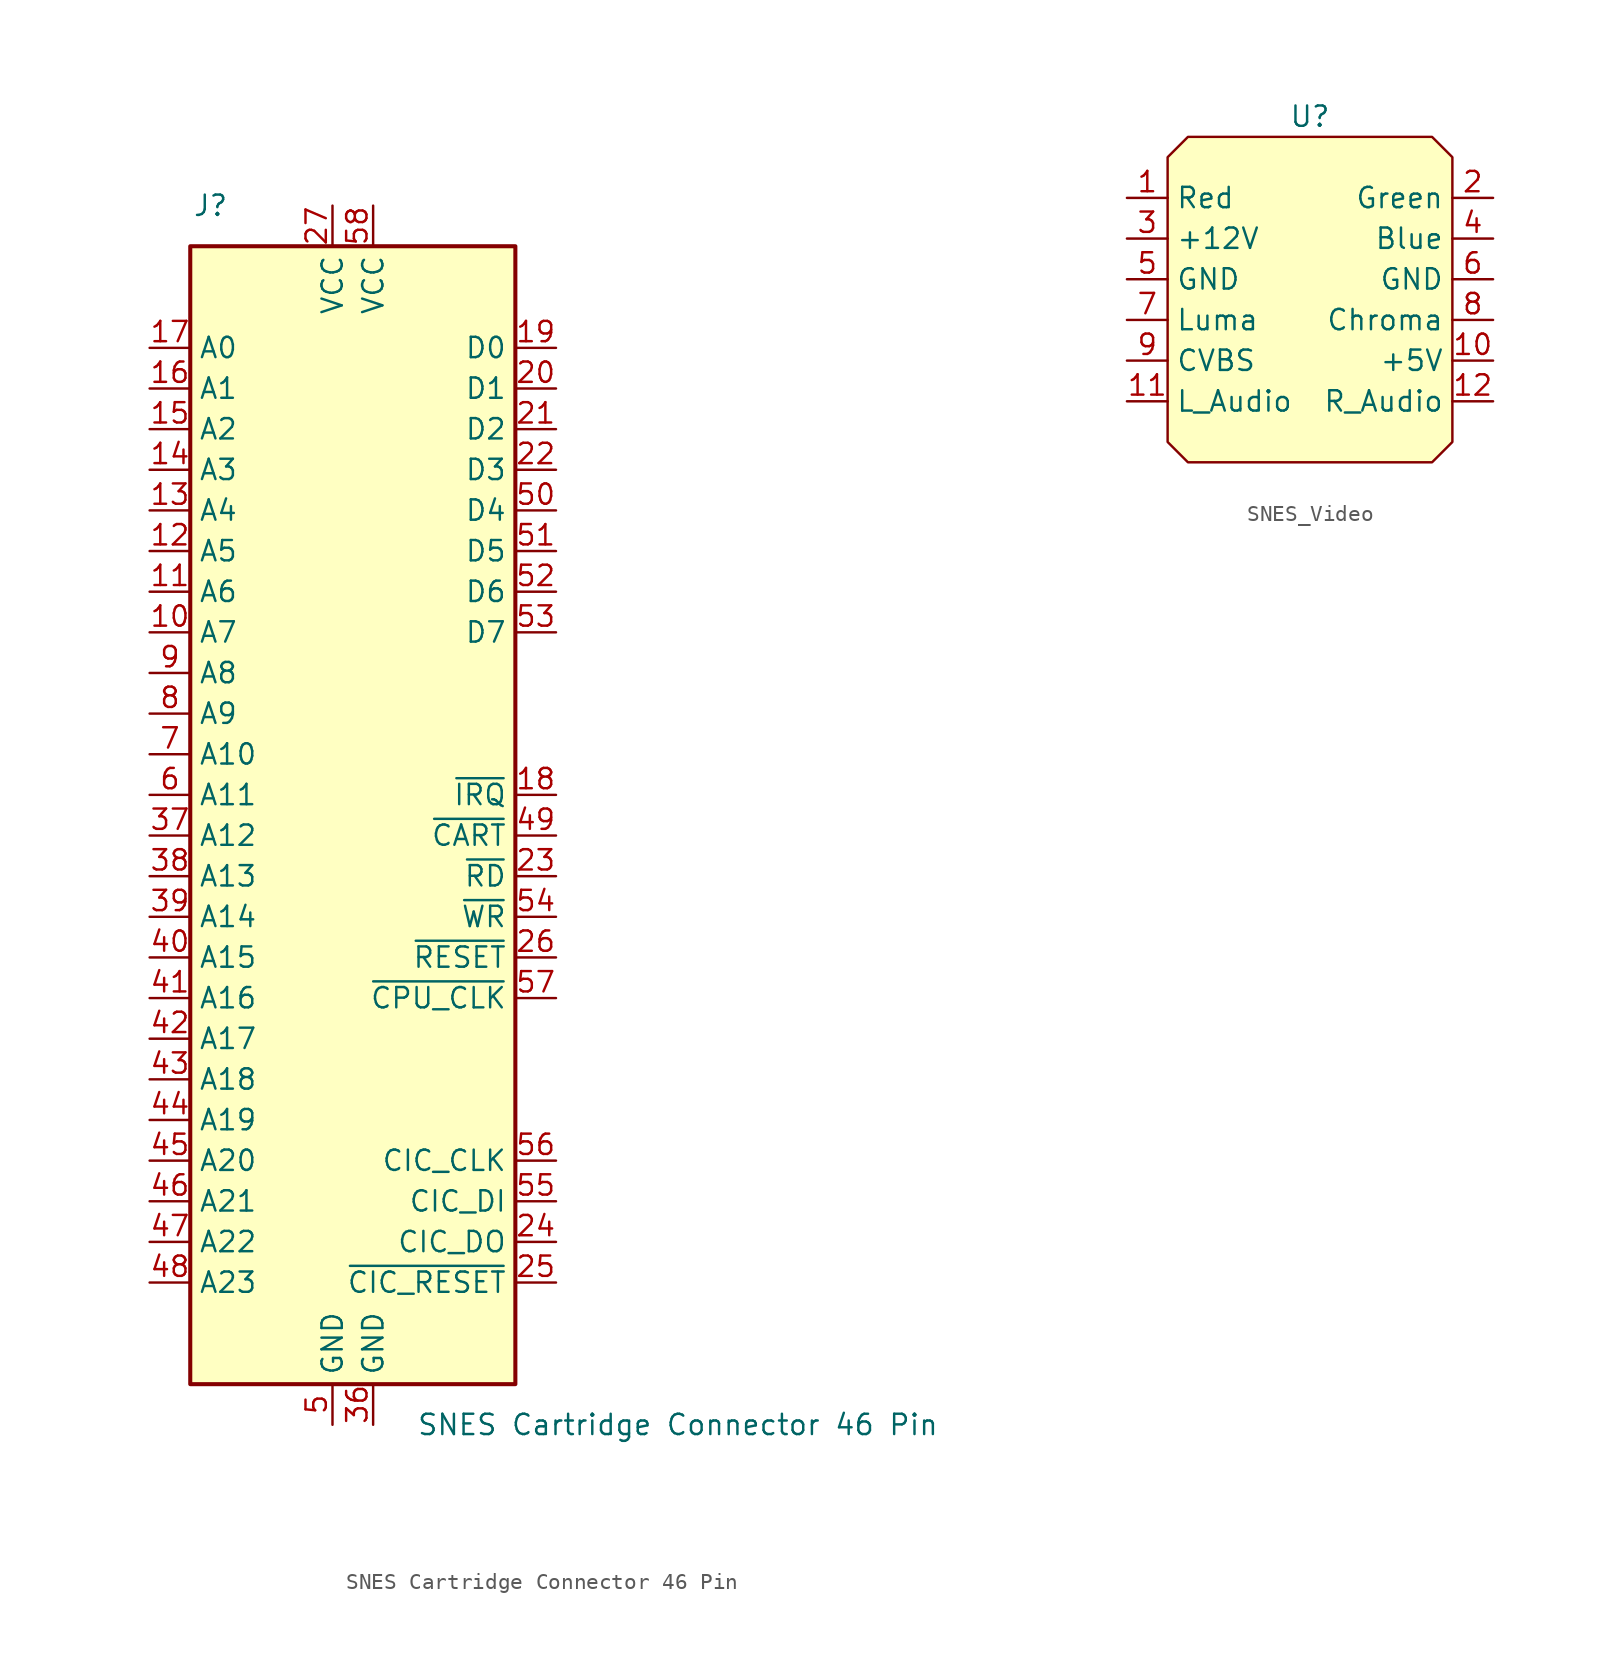
<source format=kicad_sym>
(kicad_symbol_lib
  (version 20220914)
  (generator kicad_symbol_editor)
  (symbol "SNES Cartridge Connector 46 Pin"
    (property "Reference" "J"
      (at -8.89 43.18 0)
      (effects (font (size 1.27 1.27))))
    (property "Value" "SNES Cartridge Connector 46 Pin"
      (at 20.32 -33.02 0)
      (effects (font (size 1.27 1.27))))
    (symbol "SNES Cartridge Connector 46 Pin_1_1"
      (rectangle (start -10.16 40.64) (end 10.16 -30.48) (stroke (width 0.254) (type default)) (fill (type background)))
      (pin output line (at -12.7 16.51 0) (length 2.54) (name "A7" (effects (font (size 1.27 1.27)))) (number "10" (effects (font (size 1.27 1.27)))))
      (pin output line (at -12.7 19.05 0) (length 2.54) (name "A6" (effects (font (size 1.27 1.27)))) (number "11" (effects (font (size 1.27 1.27)))))
      (pin output line (at -12.7 21.59 0) (length 2.54) (name "A5" (effects (font (size 1.27 1.27)))) (number "12" (effects (font (size 1.27 1.27)))))
      (pin output line (at -12.7 24.13 0) (length 2.54) (name "A4" (effects (font (size 1.27 1.27)))) (number "13" (effects (font (size 1.27 1.27)))))
      (pin output line (at -12.7 26.67 0) (length 2.54) (name "A3" (effects (font (size 1.27 1.27)))) (number "14" (effects (font (size 1.27 1.27)))))
      (pin output line (at -12.7 29.21 0) (length 2.54) (name "A2" (effects (font (size 1.27 1.27)))) (number "15" (effects (font (size 1.27 1.27)))))
      (pin output line (at -12.7 31.75 0) (length 2.54) (name "A1" (effects (font (size 1.27 1.27)))) (number "16" (effects (font (size 1.27 1.27)))))
      (pin output line (at -12.7 34.29 0) (length 2.54) (name "A0" (effects (font (size 1.27 1.27)))) (number "17" (effects (font (size 1.27 1.27)))))
      (pin input line (at 12.7 6.35 180) (length 2.54) (name "~{IRQ}" (effects (font (size 1.27 1.27)))) (number "18" (effects (font (size 1.27 1.27)))))
      (pin tri_state line (at 12.7 34.29 180) (length 2.54) (name "D0" (effects (font (size 1.27 1.27)))) (number "19" (effects (font (size 1.27 1.27)))))
      (pin tri_state line (at 12.7 31.75 180) (length 2.54) (name "D1" (effects (font (size 1.27 1.27)))) (number "20" (effects (font (size 1.27 1.27)))))
      (pin tri_state line (at 12.7 29.21 180) (length 2.54) (name "D2" (effects (font (size 1.27 1.27)))) (number "21" (effects (font (size 1.27 1.27)))))
      (pin tri_state line (at 12.7 26.67 180) (length 2.54) (name "D3" (effects (font (size 1.27 1.27)))) (number "22" (effects (font (size 1.27 1.27)))))
      (pin output line (at 12.7 1.27 180) (length 2.54) (name "~{RD}" (effects (font (size 1.27 1.27)))) (number "23" (effects (font (size 1.27 1.27)))))
      (pin input line (at 12.7 -21.59 180) (length 2.54) (name "CIC_DO" (effects (font (size 1.27 1.27)))) (number "24" (effects (font (size 1.27 1.27)))))
      (pin output line (at 12.7 -24.13 180) (length 2.54) (name "~{CIC_RESET}" (effects (font (size 1.27 1.27)))) (number "25" (effects (font (size 1.27 1.27)))))
      (pin output line (at 12.7 -3.81 180) (length 2.54) (name "~{RESET}" (effects (font (size 1.27 1.27)))) (number "26" (effects (font (size 1.27 1.27)))))
      (pin power_in line (at -1.27 43.18 270) (length 2.54) (name "VCC" (effects (font (size 1.27 1.27)))) (number "27" (effects (font (size 1.27 1.27)))))
      (pin power_in line (at 1.27 -33.02 90) (length 2.54) (name "GND" (effects (font (size 1.27 1.27)))) (number "36" (effects (font (size 1.27 1.27)))))
      (pin output line (at -12.7 3.81 0) (length 2.54) (name "A12" (effects (font (size 1.27 1.27)))) (number "37" (effects (font (size 1.27 1.27)))))
      (pin output line (at -12.7 1.27 0) (length 2.54) (name "A13" (effects (font (size 1.27 1.27)))) (number "38" (effects (font (size 1.27 1.27)))))
      (pin output line (at -12.7 -1.27 0) (length 2.54) (name "A14" (effects (font (size 1.27 1.27)))) (number "39" (effects (font (size 1.27 1.27)))))
      (pin output line (at -12.7 -3.81 0) (length 2.54) (name "A15" (effects (font (size 1.27 1.27)))) (number "40" (effects (font (size 1.27 1.27)))))
      (pin output line (at -12.7 -6.35 0) (length 2.54) (name "A16" (effects (font (size 1.27 1.27)))) (number "41" (effects (font (size 1.27 1.27)))))
      (pin output line (at -12.7 -8.89 0) (length 2.54) (name "A17" (effects (font (size 1.27 1.27)))) (number "42" (effects (font (size 1.27 1.27)))))
      (pin output line (at -12.7 -11.43 0) (length 2.54) (name "A18" (effects (font (size 1.27 1.27)))) (number "43" (effects (font (size 1.27 1.27)))))
      (pin output line (at -12.7 -13.97 0) (length 2.54) (name "A19" (effects (font (size 1.27 1.27)))) (number "44" (effects (font (size 1.27 1.27)))))
      (pin output line (at -12.7 -16.51 0) (length 2.54) (name "A20" (effects (font (size 1.27 1.27)))) (number "45" (effects (font (size 1.27 1.27)))))
      (pin output line (at -12.7 -19.05 0) (length 2.54) (name "A21" (effects (font (size 1.27 1.27)))) (number "46" (effects (font (size 1.27 1.27)))))
      (pin output line (at -12.7 -21.59 0) (length 2.54) (name "A22" (effects (font (size 1.27 1.27)))) (number "47" (effects (font (size 1.27 1.27)))))
      (pin output line (at -12.7 -24.13 0) (length 2.54) (name "A23" (effects (font (size 1.27 1.27)))) (number "48" (effects (font (size 1.27 1.27)))))
      (pin output line (at 12.7 3.81 180) (length 2.54) (name "~{CART}" (effects (font (size 1.27 1.27)))) (number "49" (effects (font (size 1.27 1.27)))))
      (pin power_in line (at -1.27 -33.02 90) (length 2.54) (name "GND" (effects (font (size 1.27 1.27)))) (number "5" (effects (font (size 1.27 1.27)))))
      (pin tri_state line (at 12.7 24.13 180) (length 2.54) (name "D4" (effects (font (size 1.27 1.27)))) (number "50" (effects (font (size 1.27 1.27)))))
      (pin tri_state line (at 12.7 21.59 180) (length 2.54) (name "D5" (effects (font (size 1.27 1.27)))) (number "51" (effects (font (size 1.27 1.27)))))
      (pin tri_state line (at 12.7 19.05 180) (length 2.54) (name "D6" (effects (font (size 1.27 1.27)))) (number "52" (effects (font (size 1.27 1.27)))))
      (pin tri_state line (at 12.7 16.51 180) (length 2.54) (name "D7" (effects (font (size 1.27 1.27)))) (number "53" (effects (font (size 1.27 1.27)))))
      (pin output line (at 12.7 -1.27 180) (length 2.54) (name "~{WR}" (effects (font (size 1.27 1.27)))) (number "54" (effects (font (size 1.27 1.27)))))
      (pin output line (at 12.7 -19.05 180) (length 2.54) (name "CIC_DI" (effects (font (size 1.27 1.27)))) (number "55" (effects (font (size 1.27 1.27)))))
      (pin output line (at 12.7 -16.51 180) (length 2.54) (name "CIC_CLK" (effects (font (size 1.27 1.27)))) (number "56" (effects (font (size 1.27 1.27)))))
      (pin output line (at 12.7 -6.35 180) (length 2.54) (name "~{CPU_CLK}" (effects (font (size 1.27 1.27)))) (number "57" (effects (font (size 1.27 1.27)))))
      (pin power_in line (at 1.27 43.18 270) (length 2.54) (name "VCC" (effects (font (size 1.27 1.27)))) (number "58" (effects (font (size 1.27 1.27)))))
      (pin output line (at -12.7 6.35 0) (length 2.54) (name "A11" (effects (font (size 1.27 1.27)))) (number "6" (effects (font (size 1.27 1.27)))))
      (pin output line (at -12.7 8.89 0) (length 2.54) (name "A10" (effects (font (size 1.27 1.27)))) (number "7" (effects (font (size 1.27 1.27)))))
      (pin output line (at -12.7 11.43 0) (length 2.54) (name "A9" (effects (font (size 1.27 1.27)))) (number "8" (effects (font (size 1.27 1.27)))))
      (pin output line (at -12.7 13.97 0) (length 2.54) (name "A8" (effects (font (size 1.27 1.27)))) (number "9" (effects (font (size 1.27 1.27)))))))
  (symbol "SNES_Video"
    (property "Reference" "U"
      (at 0 11.43 0)
      (effects (font (size 1.27 1.27))))
    (property "Value" ""
      (at 5.08 10.16 0)
      (effects (font (size 1.27 1.27))))
    (symbol "SNES_Video_1_1"
      (polyline (pts (xy -8.89 8.89) (xy -8.89 -8.89) (xy -7.62 -10.16) (xy 7.62 -10.16) (xy 8.89 -8.89) (xy 8.89 8.89) (xy 7.62 10.16) (xy -7.62 10.16) (xy -8.89 8.89)) (stroke (width 0) (type default)) (fill (type background)))
      (pin output line (at -11.43 6.35 0) (length 2.54) (name "Red" (effects (font (size 1.27 1.27)))) (number "1" (effects (font (size 1.27 1.27)))))
      (pin output line (at 11.43 -3.81 180) (length 2.54) (name "+5V" (effects (font (size 1.27 1.27)))) (number "10" (effects (font (size 1.27 1.27)))))
      (pin output line (at -11.43 -6.35 0) (length 2.54) (name "L_Audio" (effects (font (size 1.27 1.27)))) (number "11" (effects (font (size 1.27 1.27)))))
      (pin output line (at 11.43 -6.35 180) (length 2.54) (name "R_Audio" (effects (font (size 1.27 1.27)))) (number "12" (effects (font (size 1.27 1.27)))))
      (pin output line (at 11.43 6.35 180) (length 2.54) (name "Green" (effects (font (size 1.27 1.27)))) (number "2" (effects (font (size 1.27 1.27)))))
      (pin output line (at -11.43 3.81 0) (length 2.54) (name "+12V" (effects (font (size 1.27 1.27)))) (number "3" (effects (font (size 1.27 1.27)))))
      (pin output line (at 11.43 3.81 180) (length 2.54) (name "Blue" (effects (font (size 1.27 1.27)))) (number "4" (effects (font (size 1.27 1.27)))))
      (pin output line (at -11.43 1.27 0) (length 2.54) (name "GND" (effects (font (size 1.27 1.27)))) (number "5" (effects (font (size 1.27 1.27)))))
      (pin output line (at 11.43 1.27 180) (length 2.54) (name "GND" (effects (font (size 1.27 1.27)))) (number "6" (effects (font (size 1.27 1.27)))))
      (pin output line (at -11.43 -1.27 0) (length 2.54) (name "Luma" (effects (font (size 1.27 1.27)))) (number "7" (effects (font (size 1.27 1.27)))))
      (pin output line (at 11.43 -1.27 180) (length 2.54) (name "Chroma" (effects (font (size 1.27 1.27)))) (number "8" (effects (font (size 1.27 1.27)))))
      (pin output line (at -11.43 -3.81 0) (length 2.54) (name "CVBS" (effects (font (size 1.27 1.27)))) (number "9" (effects (font (size 1.27 1.27))))))))
</source>
